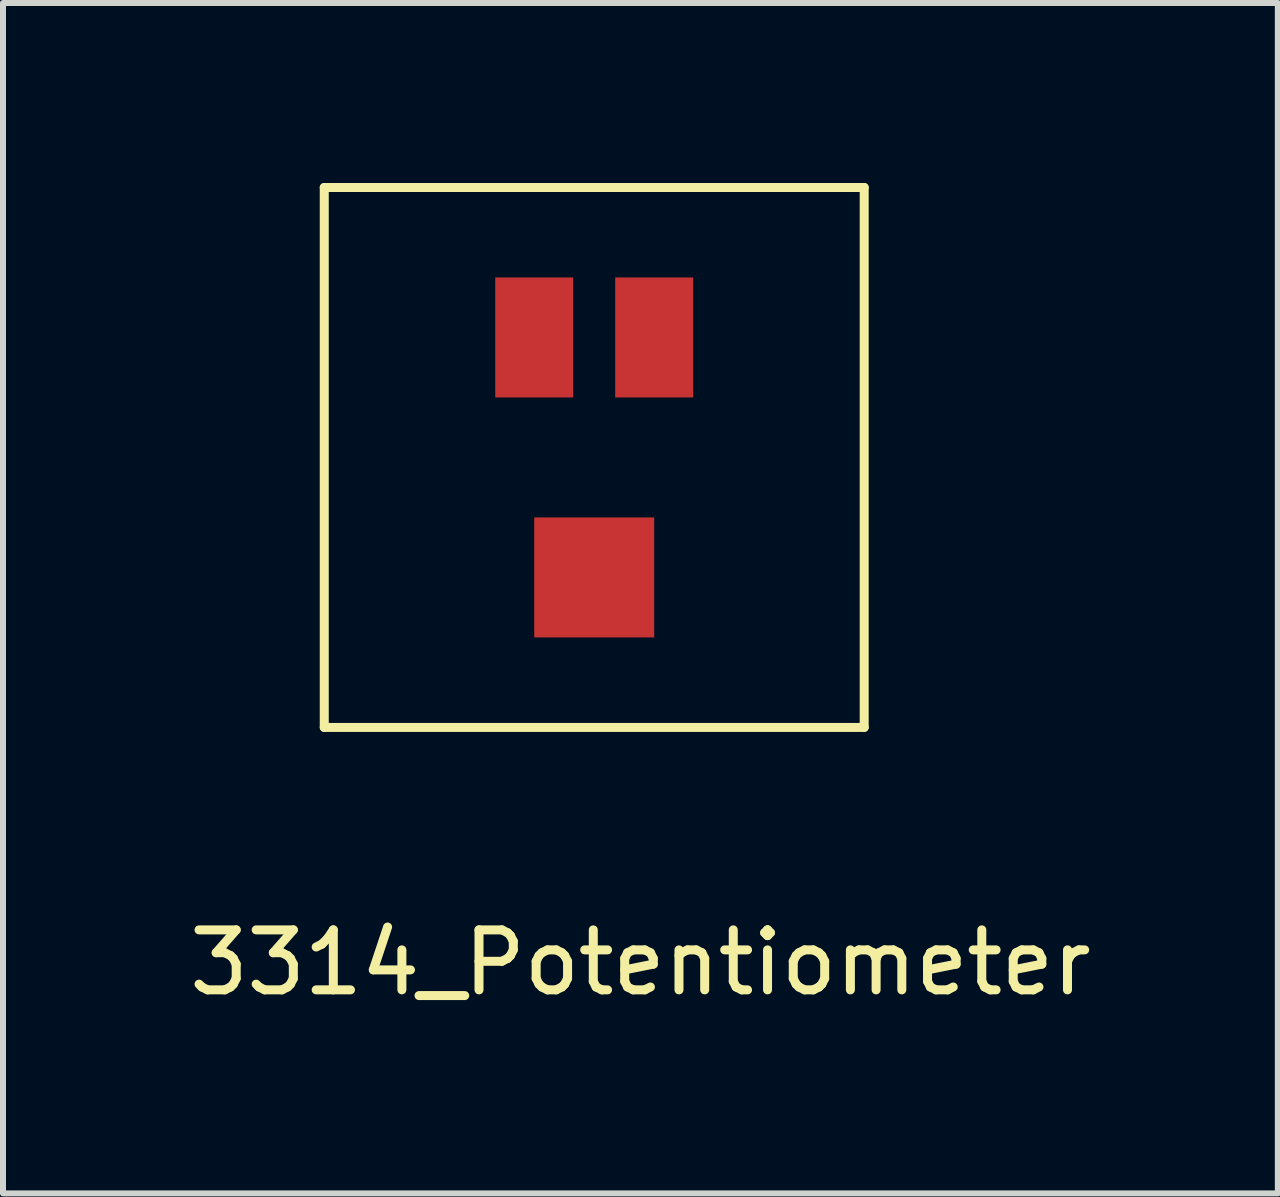
<source format=kicad_pcb>
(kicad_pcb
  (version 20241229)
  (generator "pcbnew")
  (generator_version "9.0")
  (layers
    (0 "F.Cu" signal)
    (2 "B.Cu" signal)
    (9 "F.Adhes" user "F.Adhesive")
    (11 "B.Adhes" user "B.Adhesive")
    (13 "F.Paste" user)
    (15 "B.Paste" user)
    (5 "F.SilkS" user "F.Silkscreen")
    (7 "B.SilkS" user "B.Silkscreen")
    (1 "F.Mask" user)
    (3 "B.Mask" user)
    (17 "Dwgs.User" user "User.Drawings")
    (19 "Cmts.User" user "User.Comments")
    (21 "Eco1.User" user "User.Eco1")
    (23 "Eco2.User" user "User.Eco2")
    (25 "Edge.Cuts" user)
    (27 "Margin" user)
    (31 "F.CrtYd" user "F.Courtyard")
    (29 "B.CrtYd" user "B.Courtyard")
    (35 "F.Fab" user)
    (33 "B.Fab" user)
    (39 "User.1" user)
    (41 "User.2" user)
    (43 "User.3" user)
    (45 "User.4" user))
  (footprint "3314_Potentiometer"
    (layer "F.Cu")
    (at 6.855 4.575)
    (property "Reference" "3314_Potentiometer" (at 0.77 8.42 0) (layer "F.SilkS") (effects (font (size 1 1) (thickness 0.15))))
    (attr through_hole)
    (fp_line (start -4.5 -4.5) (end -4.5 4.5) (stroke (width 0.15) (type solid)) (layer "F.SilkS"))
    (fp_line (start -4.5 4.5) (end 4.5 4.5) (stroke (width 0.15) (type solid)) (layer "F.SilkS"))
    (fp_line (start 4.5 -4.5) (end -4.5 -4.5) (stroke (width 0.15) (type solid)) (layer "F.SilkS"))
    (fp_line (start 4.5 4.5) (end 4.5 -4.5) (stroke (width 0.15) (type solid)) (layer "F.SilkS"))
    (pad "1" smd rect (at 0 2) (size 2 2) (layers "F.Cu" "F.Mask" "F.Paste"))
    (pad "1" smd rect (at 1 -2) (size 1.3 2) (layers "F.Cu" "F.Mask" "F.Paste"))
    (pad "2" smd rect (at -1 -2) (size 1.3 2) (layers "F.Cu" "F.Mask" "F.Paste")))
  (gr_rect
    (start -3 -3)
    (end 18.25 16.843)
    (stroke (width 0.1) (type default))
    (fill no)
    (layer "Edge.Cuts")))
</source>
